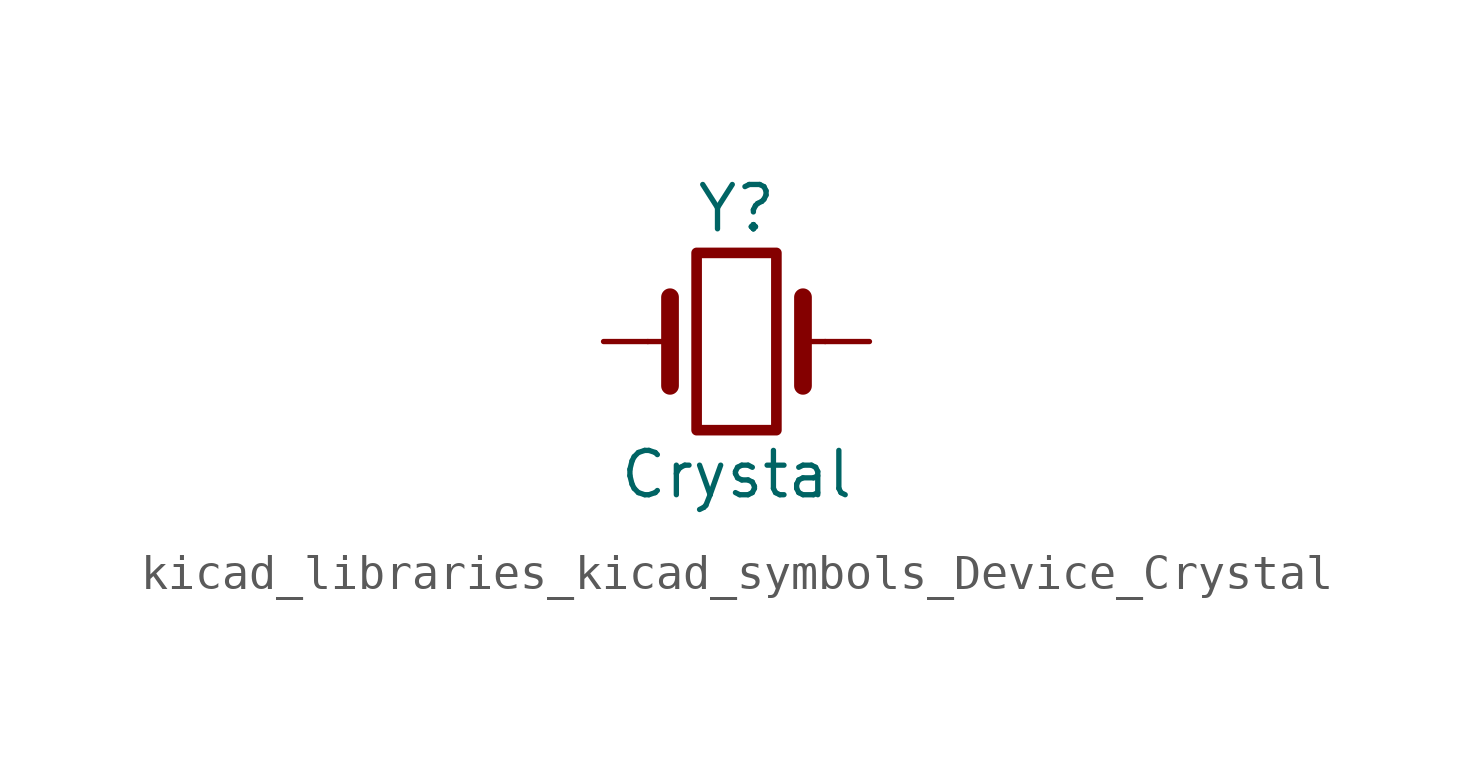
<source format=kicad_sym>
(kicad_symbol_lib
  (version 20220914)
  (generator kicad_symbol_editor)
  (symbol "kicad_libraries_kicad_symbols_Device_Crystal"
    (pin_numbers hide)
    (pin_names
      (offset 1.016) hide)
    (property "Reference" "Y"
      (at 0 3.81 0)
      (effects (font (size 1.27 1.27))))
    (property "Value" "Crystal"
      (at 0 -3.81 0)
      (effects (font (size 1.27 1.27))))
    (symbol "kicad_libraries_kicad_symbols_Device_Crystal_0_1"
      (rectangle (start -1.143 2.54) (end 1.143 -2.54) (stroke (width 0.305) (type default)) (fill (type none)))
      (polyline (pts (xy -2.54 0) (xy -1.905 0)) (stroke (width 0) (type default)) (fill (type none)))
      (polyline (pts (xy -1.905 -1.27) (xy -1.905 1.27)) (stroke (width 0.508) (type default)) (fill (type none)))
      (polyline (pts (xy 1.905 -1.27) (xy 1.905 1.27)) (stroke (width 0.508) (type default)) (fill (type none)))
      (polyline (pts (xy 2.54 0) (xy 1.905 0)) (stroke (width 0) (type default)) (fill (type none))))
    (symbol "kicad_libraries_kicad_symbols_Device_Crystal_1_1"
      (pin passive line (at -3.81 0 0) (length 1.27) (name "1" (effects (font (size 1.27 1.27)))) (number "1" (effects (font (size 1.27 1.27)))))
      (pin passive line (at 3.81 0 180) (length 1.27) (name "2" (effects (font (size 1.27 1.27)))) (number "2" (effects (font (size 1.27 1.27))))))))
</source>
